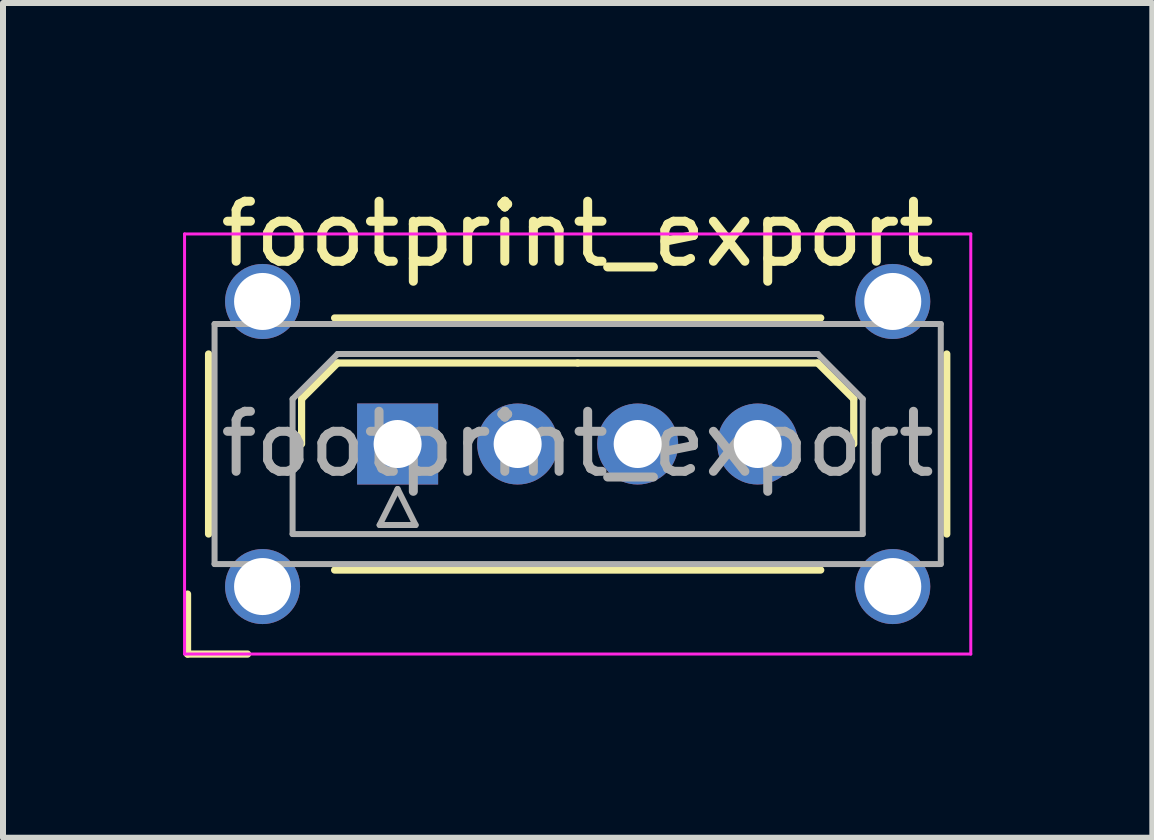
<source format=kicad_pcb>
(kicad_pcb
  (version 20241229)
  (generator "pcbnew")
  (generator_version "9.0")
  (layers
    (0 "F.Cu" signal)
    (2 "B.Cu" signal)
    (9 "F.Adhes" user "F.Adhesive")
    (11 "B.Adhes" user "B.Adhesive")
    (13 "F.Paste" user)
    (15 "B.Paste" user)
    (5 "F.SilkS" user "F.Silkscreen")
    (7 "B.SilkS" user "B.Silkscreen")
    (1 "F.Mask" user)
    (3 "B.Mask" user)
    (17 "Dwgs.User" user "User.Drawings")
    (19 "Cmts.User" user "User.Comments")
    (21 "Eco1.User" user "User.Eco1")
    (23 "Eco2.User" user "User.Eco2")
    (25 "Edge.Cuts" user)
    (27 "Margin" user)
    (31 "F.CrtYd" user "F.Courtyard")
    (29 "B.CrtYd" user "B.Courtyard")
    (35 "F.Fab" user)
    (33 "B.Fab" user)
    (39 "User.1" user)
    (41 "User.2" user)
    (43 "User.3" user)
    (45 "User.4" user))
  (footprint "footprint_export"
    (layer "F.Cu")
    (at 3.575 4.348)
    (property "Reference" "footprint_export" (at 3 -3.5 0) (layer "F.SilkS") (effects (font (size 1 1) (thickness 0.15))))
    (attr through_hole)
    (fp_line (start -3.5 2.5) (end -3.5 3.5) (stroke (width 0.12) (type solid)) (layer "F.SilkS"))
    (fp_line (start -3.5 3.5) (end -2.5 3.5) (stroke (width 0.12) (type solid)) (layer "F.SilkS"))
    (fp_line (start -3.15 -1.5) (end -3.15 1.5) (stroke (width 0.12) (type solid)) (layer "F.SilkS"))
    (fp_line (start -1.6 -0.75) (end -1 -1.35) (stroke (width 0.12) (type solid)) (layer "F.SilkS"))
    (fp_line (start -1.6 0) (end -1.6 -0.75) (stroke (width 0.12) (type solid)) (layer "F.SilkS"))
    (fp_line (start -1.05 -2.1) (end 7.05 -2.1) (stroke (width 0.12) (type solid)) (layer "F.SilkS"))
    (fp_line (start -1.05 2.1) (end 7.05 2.1) (stroke (width 0.12) (type solid)) (layer "F.SilkS"))
    (fp_line (start -1 -1.35) (end 3 -1.35) (stroke (width 0.12) (type solid)) (layer "F.SilkS"))
    (fp_line (start 7 -1.35) (end 3 -1.35) (stroke (width 0.12) (type solid)) (layer "F.SilkS"))
    (fp_line (start 7.6 -0.75) (end 7 -1.35) (stroke (width 0.12) (type solid)) (layer "F.SilkS"))
    (fp_line (start 7.6 0) (end 7.6 -0.75) (stroke (width 0.12) (type solid)) (layer "F.SilkS"))
    (fp_line (start 9.15 -1.5) (end 9.15 1.5) (stroke (width 0.12) (type solid)) (layer "F.SilkS"))
    (fp_line (start -3.55 -3.5) (end -3.55 3.5) (stroke (width 0.05) (type solid)) (layer "F.CrtYd"))
    (fp_line (start -3.55 3.5) (end 9.55 3.5) (stroke (width 0.05) (type solid)) (layer "F.CrtYd"))
    (fp_line (start 9.55 -3.5) (end -3.55 -3.5) (stroke (width 0.05) (type solid)) (layer "F.CrtYd"))
    (fp_line (start 9.55 3.5) (end 9.55 -3.5) (stroke (width 0.05) (type solid)) (layer "F.CrtYd"))
    (fp_line (start -3.05 -2) (end -3.05 2) (stroke (width 0.1) (type solid)) (layer "F.Fab"))
    (fp_line (start -3.05 2) (end 9.05 2) (stroke (width 0.1) (type solid)) (layer "F.Fab"))
    (fp_line (start -1.75 -0.75) (end -1 -1.5) (stroke (width 0.1) (type solid)) (layer "F.Fab"))
    (fp_line (start -1.75 1.5) (end -1.75 -0.75) (stroke (width 0.1) (type solid)) (layer "F.Fab"))
    (fp_line (start -1 -1.5) (end 7 -1.5) (stroke (width 0.1) (type solid)) (layer "F.Fab"))
    (fp_line (start -0.3 1.35) (end 0.3 1.35) (stroke (width 0.1) (type solid)) (layer "F.Fab"))
    (fp_line (start 0 0.75) (end -0.3 1.35) (stroke (width 0.1) (type solid)) (layer "F.Fab"))
    (fp_line (start 0.3 1.35) (end 0 0.75) (stroke (width 0.1) (type solid)) (layer "F.Fab"))
    (fp_line (start 7 -1.5) (end 7.75 -0.75) (stroke (width 0.1) (type solid)) (layer "F.Fab"))
    (fp_line (start 7.75 -0.75) (end 7.75 1.5) (stroke (width 0.1) (type solid)) (layer "F.Fab"))
    (fp_line (start 7.75 1.5) (end -1.75 1.5) (stroke (width 0.1) (type solid)) (layer "F.Fab"))
    (fp_line (start 9.05 -2) (end -3.05 -2) (stroke (width 0.1) (type solid)) (layer "F.Fab"))
    (fp_line (start 9.05 2) (end 9.05 -2) (stroke (width 0.1) (type solid)) (layer "F.Fab"))
    (fp_text user "${REFERENCE}" (at 3 0 0) (layer "F.Fab") (effects (font (size 1 1) (thickness 0.15))))
    (pad "" thru_hole circle (at -2.25 -2.375) (size 1.25 1.25) (drill 0.95) (layers "*.Cu" "*.Mask"))
    (pad "" thru_hole circle (at -2.25 2.375) (size 1.25 1.25) (drill 0.95) (layers "*.Cu" "*.Mask"))
    (pad "" thru_hole circle (at 8.25 -2.375) (size 1.25 1.25) (drill 0.95) (layers "*.Cu" "*.Mask"))
    (pad "" thru_hole circle (at 8.25 2.375) (size 1.25 1.25) (drill 0.95) (layers "*.Cu" "*.Mask"))
    (pad "1" thru_hole rect (at 0 0) (size 1.35 1.35) (drill 0.8) (layers "*.Cu" "*.Mask"))
    (pad "2" thru_hole circle (at 2 0) (size 1.35 1.35) (drill 0.8) (layers "*.Cu" "*.Mask"))
    (pad "3" thru_hole circle (at 4 0) (size 1.35 1.35) (drill 0.8) (layers "*.Cu" "*.Mask"))
    (pad "4" thru_hole circle (at 6 0) (size 1.35 1.35) (drill 0.8) (layers "*.Cu" "*.Mask")))
  (gr_rect
    (start -3 -3)
    (end 16.15 10.908)
    (stroke (width 0.1) (type default))
    (fill no)
    (layer "Edge.Cuts")))
</source>
